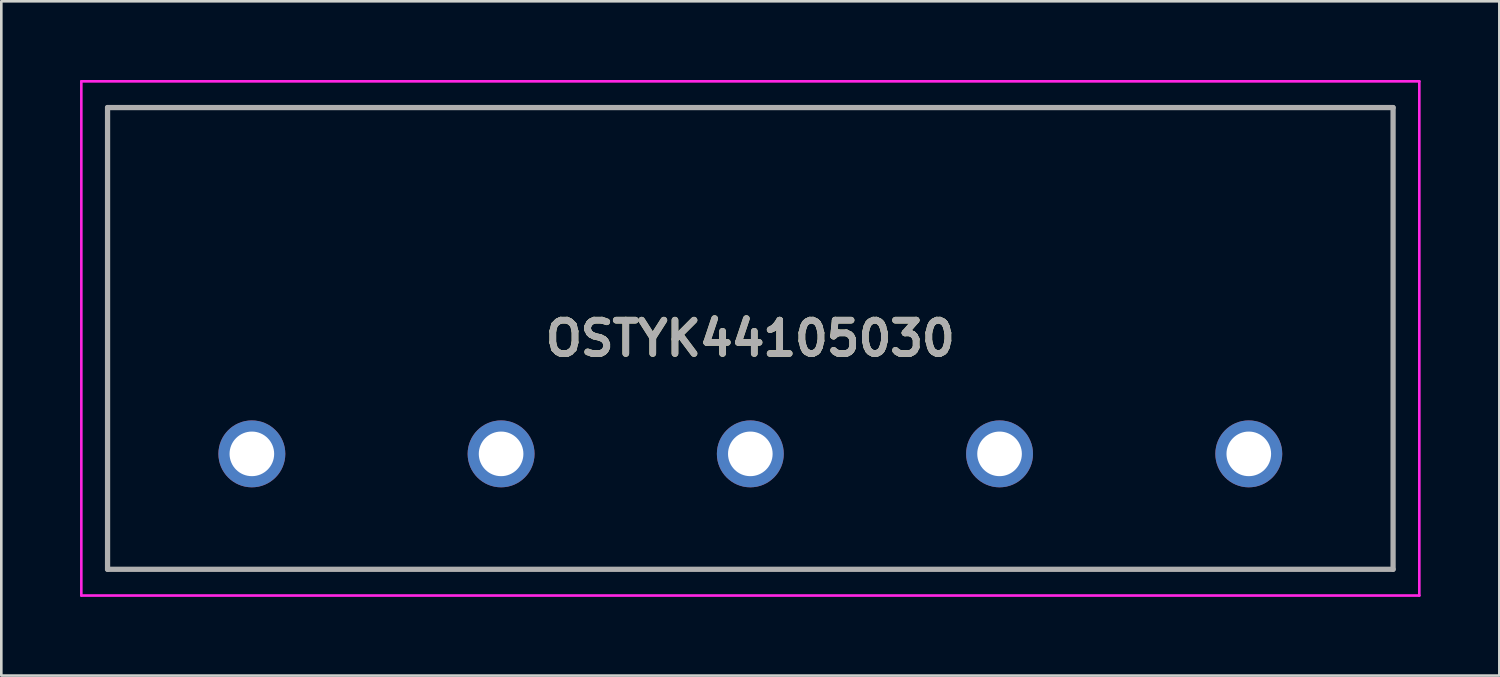
<source format=kicad_pcb>
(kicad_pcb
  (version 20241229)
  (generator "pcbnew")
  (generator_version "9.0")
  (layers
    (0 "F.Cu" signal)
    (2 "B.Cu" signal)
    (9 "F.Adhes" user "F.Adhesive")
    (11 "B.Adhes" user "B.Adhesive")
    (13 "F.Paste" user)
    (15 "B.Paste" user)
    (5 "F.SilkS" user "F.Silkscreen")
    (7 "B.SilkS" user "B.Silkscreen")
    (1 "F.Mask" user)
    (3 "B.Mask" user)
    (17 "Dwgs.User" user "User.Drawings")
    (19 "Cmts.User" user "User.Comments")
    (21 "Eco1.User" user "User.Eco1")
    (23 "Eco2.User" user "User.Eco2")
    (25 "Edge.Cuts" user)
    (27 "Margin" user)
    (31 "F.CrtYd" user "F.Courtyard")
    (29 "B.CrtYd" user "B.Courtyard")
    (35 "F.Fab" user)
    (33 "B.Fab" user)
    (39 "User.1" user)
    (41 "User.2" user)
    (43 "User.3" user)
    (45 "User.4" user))
  (footprint "OSTYK44105030"
    (layer "F.Cu")
    (at 6.55 14.25)
    (property "Reference" "OSTYK44105030" (at 19 -4.4 0) (layer "F.SilkS") (effects (font (size 1.27 1.27) (thickness 0.254))))
    (attr through_hole)
    (fp_line (start -5.5 -13.2) (end 43.5 -13.2) (stroke (width 0.1) (type solid)) (layer "F.SilkS"))
    (fp_line (start -5.5 4.4) (end -5.5 -13.2) (stroke (width 0.1) (type solid)) (layer "F.SilkS"))
    (fp_line (start 43.5 -13.2) (end 43.5 4.4) (stroke (width 0.1) (type solid)) (layer "F.SilkS"))
    (fp_line (start 43.5 4.4) (end -5.5 4.4) (stroke (width 0.1) (type solid)) (layer "F.SilkS"))
    (fp_line (start -6.5 -14.2) (end 44.5 -14.2) (stroke (width 0.1) (type solid)) (layer "F.CrtYd"))
    (fp_line (start -6.5 5.4) (end -6.5 -14.2) (stroke (width 0.1) (type solid)) (layer "F.CrtYd"))
    (fp_line (start 44.5 -14.2) (end 44.5 5.4) (stroke (width 0.1) (type solid)) (layer "F.CrtYd"))
    (fp_line (start 44.5 5.4) (end -6.5 5.4) (stroke (width 0.1) (type solid)) (layer "F.CrtYd"))
    (fp_line (start -5.5 -13.2) (end 43.5 -13.2) (stroke (width 0.2) (type solid)) (layer "F.Fab"))
    (fp_line (start -5.5 4.4) (end -5.5 -13.2) (stroke (width 0.2) (type solid)) (layer "F.Fab"))
    (fp_line (start 43.5 -13.2) (end 43.5 4.4) (stroke (width 0.2) (type solid)) (layer "F.Fab"))
    (fp_line (start 43.5 4.4) (end -5.5 4.4) (stroke (width 0.2) (type solid)) (layer "F.Fab"))
    (fp_text user "${REFERENCE}" (at 19 -4.4 0) (layer "F.Fab") (effects (font (size 1.27 1.27) (thickness 0.254))))
    (pad "1" thru_hole circle (at 0 0) (size 2.55 2.55) (drill 1.7) (layers "*.Cu" "*.Mask"))
    (pad "2" thru_hole circle (at 9.5 0) (size 2.55 2.55) (drill 1.7) (layers "*.Cu" "*.Mask"))
    (pad "3" thru_hole circle (at 19 0) (size 2.55 2.55) (drill 1.7) (layers "*.Cu" "*.Mask"))
    (pad "4" thru_hole circle (at 28.5 0) (size 2.55 2.55) (drill 1.7) (layers "*.Cu" "*.Mask"))
    (pad "5" thru_hole circle (at 38 0) (size 2.55 2.55) (drill 1.7) (layers "*.Cu" "*.Mask")))
  (gr_rect
    (start -3 -3)
    (end 54.1 22.7)
    (stroke (width 0.1) (type default))
    (fill no)
    (layer "Edge.Cuts")))
</source>
